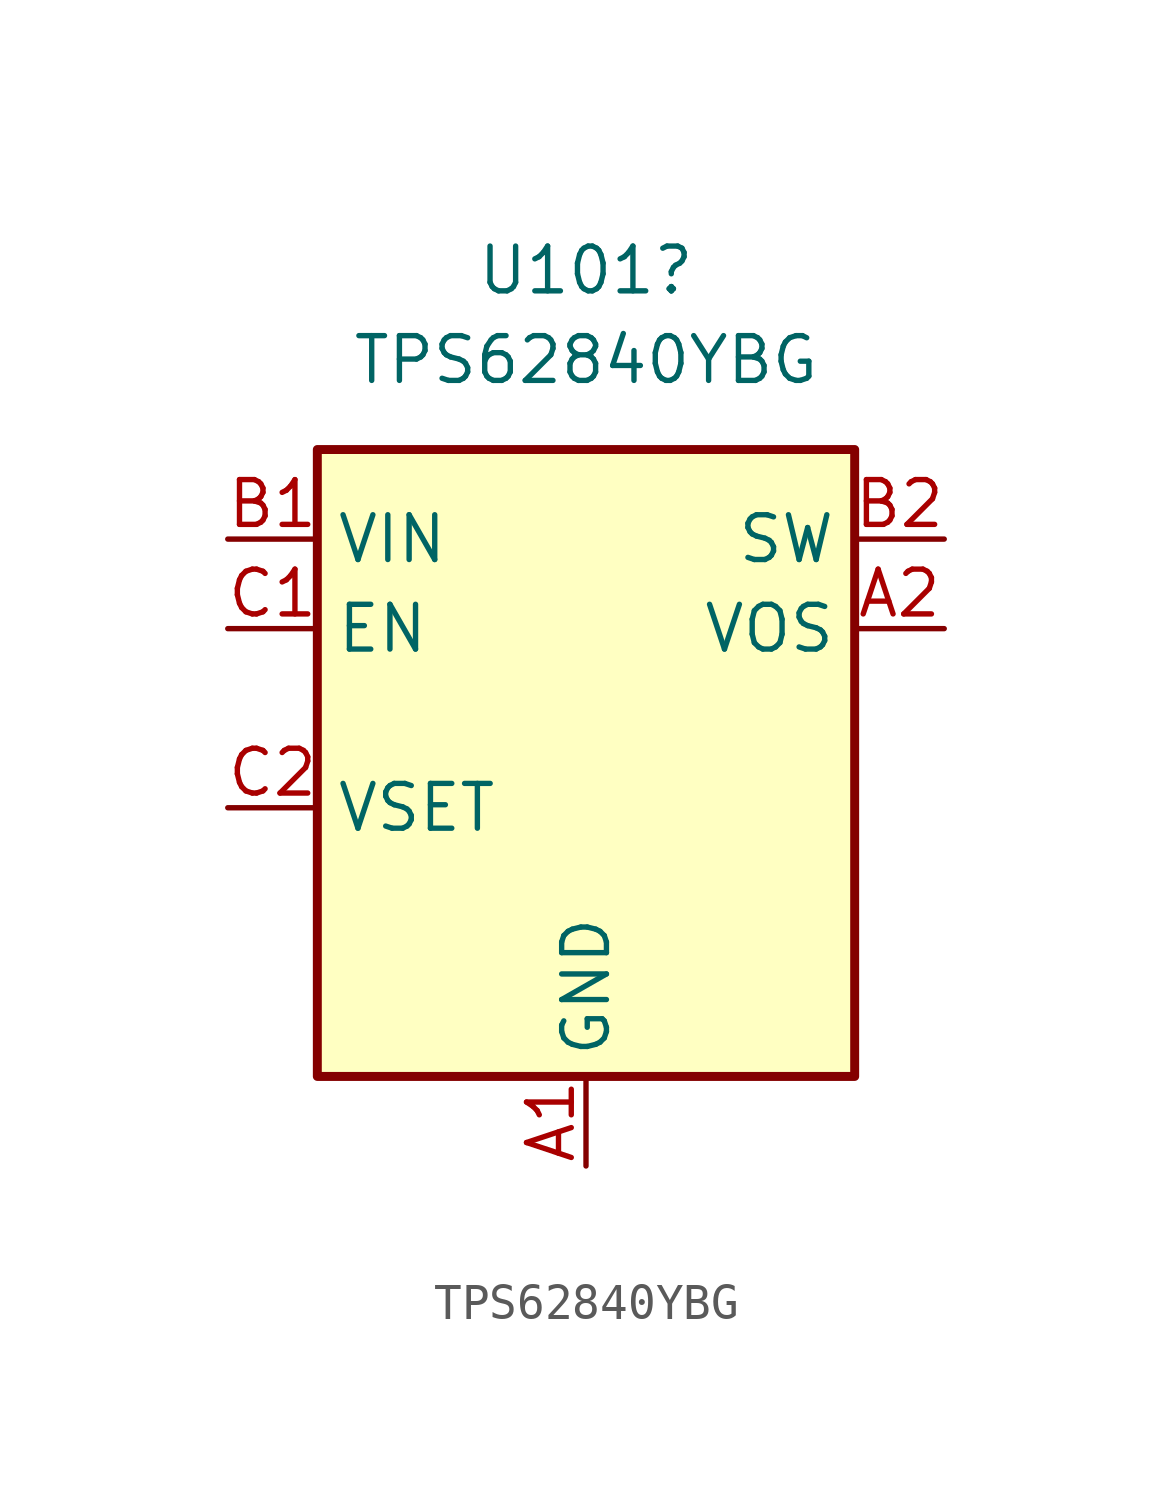
<source format=kicad_sym>
(kicad_symbol_lib
  (version 20241209)
  (generator "kicad_symbol_editor")
  (generator_version "9.0")
  (symbol "TPS62840YBG"
    (property "Reference" "U101"
      (at 0 15.24 0)
      (effects (font (size 1.27 1.27))))
    (property "Value" "TPS62840YBG"
      (at 0 12.7 0)
      (effects (font (size 1.27 1.27))))
    (symbol "TPS62840YBG_0_1"
      (rectangle (start -7.62 10.16) (end 7.62 -7.62) (stroke (width 0.254) (type default)) (fill (type background))))
    (symbol "TPS62840YBG_1_1"
      (pin power_in line (at -10.16 7.62 0) (length 2.54) (name "VIN" (effects (font (size 1.27 1.27)))) (number "B1" (effects (font (size 1.27 1.27)))))
      (pin input line (at -10.16 5.08 0) (length 2.54) (name "EN" (effects (font (size 1.27 1.27)))) (number "C1" (effects (font (size 1.27 1.27)))))
      (pin input line (at -10.16 0 0) (length 2.54) (name "VSET" (effects (font (size 1.27 1.27)))) (number "C2" (effects (font (size 1.27 1.27)))))
      (pin power_in line (at 0 -10.16 90) (length 2.54) (name "GND" (effects (font (size 1.27 1.27)))) (number "A1" (effects (font (size 1.27 1.27)))))
      (pin power_out line (at 10.16 7.62 180) (length 2.54) (name "SW" (effects (font (size 1.27 1.27)))) (number "B2" (effects (font (size 1.27 1.27)))))
      (pin input line (at 10.16 5.08 180) (length 2.54) (name "VOS" (effects (font (size 1.27 1.27)))) (number "A2" (effects (font (size 1.27 1.27))))))))
</source>
